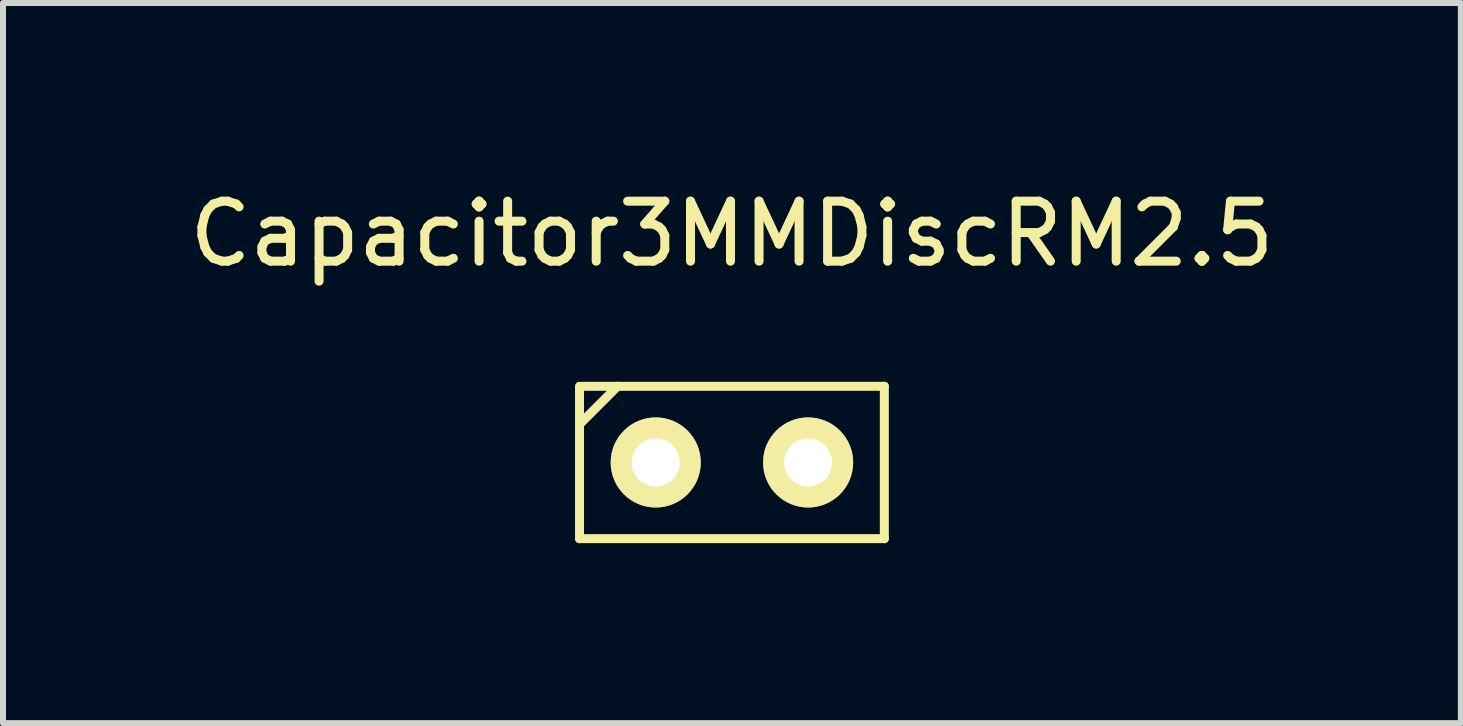
<source format=kicad_pcb>
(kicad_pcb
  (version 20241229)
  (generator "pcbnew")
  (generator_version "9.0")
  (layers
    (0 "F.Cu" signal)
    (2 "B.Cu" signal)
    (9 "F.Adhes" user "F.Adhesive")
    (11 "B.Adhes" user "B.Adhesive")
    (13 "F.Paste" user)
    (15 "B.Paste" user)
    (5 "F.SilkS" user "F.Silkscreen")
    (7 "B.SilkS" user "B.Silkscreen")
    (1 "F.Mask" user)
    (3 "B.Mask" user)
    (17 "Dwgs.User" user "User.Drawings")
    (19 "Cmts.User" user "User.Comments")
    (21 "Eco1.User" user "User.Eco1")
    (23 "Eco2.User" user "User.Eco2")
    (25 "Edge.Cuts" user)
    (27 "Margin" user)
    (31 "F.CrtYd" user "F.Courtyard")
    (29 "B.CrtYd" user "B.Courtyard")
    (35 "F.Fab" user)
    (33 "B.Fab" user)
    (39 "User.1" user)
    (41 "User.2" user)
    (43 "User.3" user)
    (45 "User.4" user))
  (footprint "Capacitor3MMDiscRM2.5"
    (layer "F.Cu")
    (at 9.149 4.658)
    (property "Reference" "Capacitor3MMDiscRM2.5" (at 0 -3.81 0) (layer "F.SilkS") (effects (font (size 1 1) (thickness 0.15))))
    (attr through_hole)
    (fp_line (start -2.54 -0.635) (end -1.905 -1.27) (stroke (width 0.15) (type solid)) (layer "F.SilkS"))
    (fp_line (start -2.54 1.27) (end -2.54 -1.27) (stroke (width 0.15) (type solid)) (layer "F.SilkS"))
    (fp_line (start -2.489 -1.27) (end 2.54 -1.27) (stroke (width 0.15) (type solid)) (layer "F.SilkS"))
    (fp_line (start 2.54 -1.27) (end 2.54 1.27) (stroke (width 0.15) (type solid)) (layer "F.SilkS"))
    (fp_line (start 2.54 1.27) (end -2.54 1.27) (stroke (width 0.15) (type solid)) (layer "F.SilkS"))
    (pad "1" thru_hole circle (at -1.27 0) (size 1.501 1.501) (drill 0.8) (layers "*.Cu" "*.Mask" "F.SilkS"))
    (pad "2" thru_hole circle (at 1.27 0) (size 1.501 1.501) (drill 0.8) (layers "*.Cu" "*.Mask" "F.SilkS")))
  (gr_rect
    (start -3 -3)
    (end 21.298 9.003)
    (stroke (width 0.1) (type default))
    (fill no)
    (layer "Edge.Cuts")))
</source>
